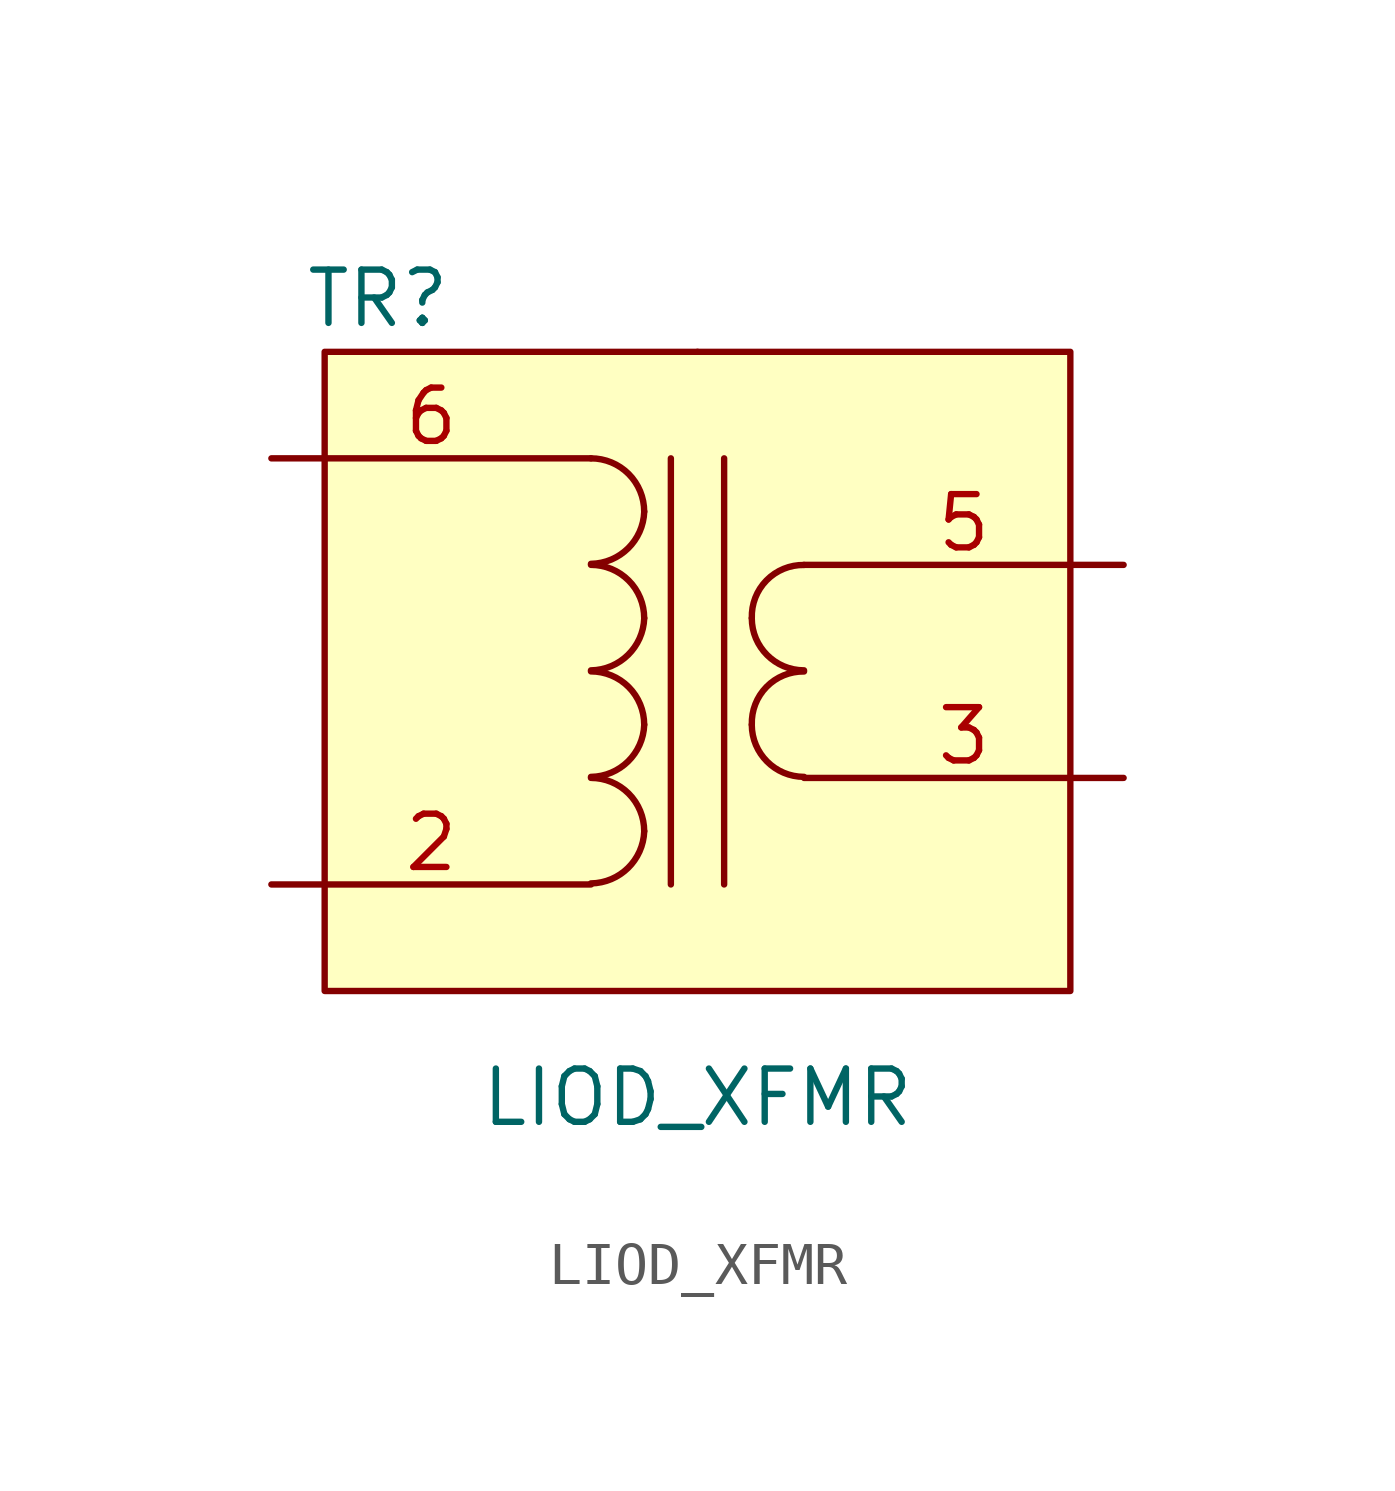
<source format=kicad_sym>
(kicad_symbol_lib
  (version 20211014)
  (generator kicad_symbol_editor)
  (symbol "LIOD_XFMR"
    (property "Reference" "TR"
      (at -7.62 8.89 0)
      (effects (font (size 1.27 1.27))))
    (property "Value" "LIOD_XFMR"
      (at 0 -10.16 0)
      (effects (font (size 1.27 1.27))))
    (symbol "LIOD_XFMR_0_0"
      (rectangle (start -8.89 7.62) (end 8.89 -7.62) (stroke (width 0.152) (type default) (color 0 0 0 0)) (fill (type background)))
      (rectangle (start 0 7.62) (end 0 7.62) (stroke (width 0.152) (type default) (color 0 0 0 0)) (fill (type none))))
    (symbol "LIOD_XFMR_0_1"
      (arc (start -2.54 -5.0546) (mid -1.6599 -4.6901) (end -1.27 -3.81) (stroke (width 0) (type default) (color 0 0 0 0)) (fill (type none)))
      (arc (start -2.54 -2.5146) (mid -1.6599 -2.1501) (end -1.27 -1.27) (stroke (width 0) (type default) (color 0 0 0 0)) (fill (type none)))
      (arc (start -2.54 0.0254) (mid -1.6599 0.3899) (end -1.27 1.27) (stroke (width 0) (type default) (color 0 0 0 0)) (fill (type none)))
      (arc (start -2.54 2.5654) (mid -1.6599 2.9299) (end -1.27 3.81) (stroke (width 0) (type default) (color 0 0 0 0)) (fill (type none)))
      (arc (start -1.27 -3.81) (mid -1.642 -2.912) (end -2.54 -2.54) (stroke (width 0) (type default) (color 0 0 0 0)) (fill (type none)))
      (arc (start -1.27 -1.27) (mid -1.642 -0.372) (end -2.54 0) (stroke (width 0) (type default) (color 0 0 0 0)) (fill (type none)))
      (arc (start -1.27 1.27) (mid -1.642 2.168) (end -2.54 2.54) (stroke (width 0) (type default) (color 0 0 0 0)) (fill (type none)))
      (arc (start -1.27 3.81) (mid -1.642 4.708) (end -2.54 5.08) (stroke (width 0) (type default) (color 0 0 0 0)) (fill (type none)))
      (polyline (pts (xy -0.635 5.08) (xy -0.635 -5.08)) (stroke (width 0) (type default) (color 0 0 0 0)) (fill (type none)))
      (polyline (pts (xy 0.635 -5.08) (xy 0.635 5.08)) (stroke (width 0) (type default) (color 0 0 0 0)) (fill (type none)))
      (arc (start 1.2954 -1.27) (mid 1.6599 -2.1501) (end 2.54 -2.5146) (stroke (width 0) (type default) (color 0 0 0 0)) (fill (type none)))
      (arc (start 1.2954 1.27) (mid 1.6599 0.3899) (end 2.54 0.0254) (stroke (width 0) (type default) (color 0 0 0 0)) (fill (type none)))
      (arc (start 2.54 0) (mid 1.642 -0.372) (end 1.2954 -1.27) (stroke (width 0) (type default) (color 0 0 0 0)) (fill (type none)))
      (arc (start 2.54 2.54) (mid 1.642 2.168) (end 1.2954 1.27) (stroke (width 0) (type default) (color 0 0 0 0)) (fill (type none))))
    (symbol "LIOD_XFMR_1_1"
      (pin passive line (at -10.16 -5.08 0) (length 7.62) (name "" (effects (font (size 1.27 1.27)))) (number "2" (effects (font (size 1.27 1.27)))))
      (pin passive line (at 10.16 -2.54 180) (length 7.62) (name "" (effects (font (size 1.27 1.27)))) (number "3" (effects (font (size 1.27 1.27)))))
      (pin passive line (at 10.16 2.54 180) (length 7.62) (name "" (effects (font (size 1.27 1.27)))) (number "5" (effects (font (size 1.27 1.27)))))
      (pin passive line (at -10.16 5.08 0) (length 7.62) (name "" (effects (font (size 1.27 1.27)))) (number "6" (effects (font (size 1.27 1.27))))))))
</source>
